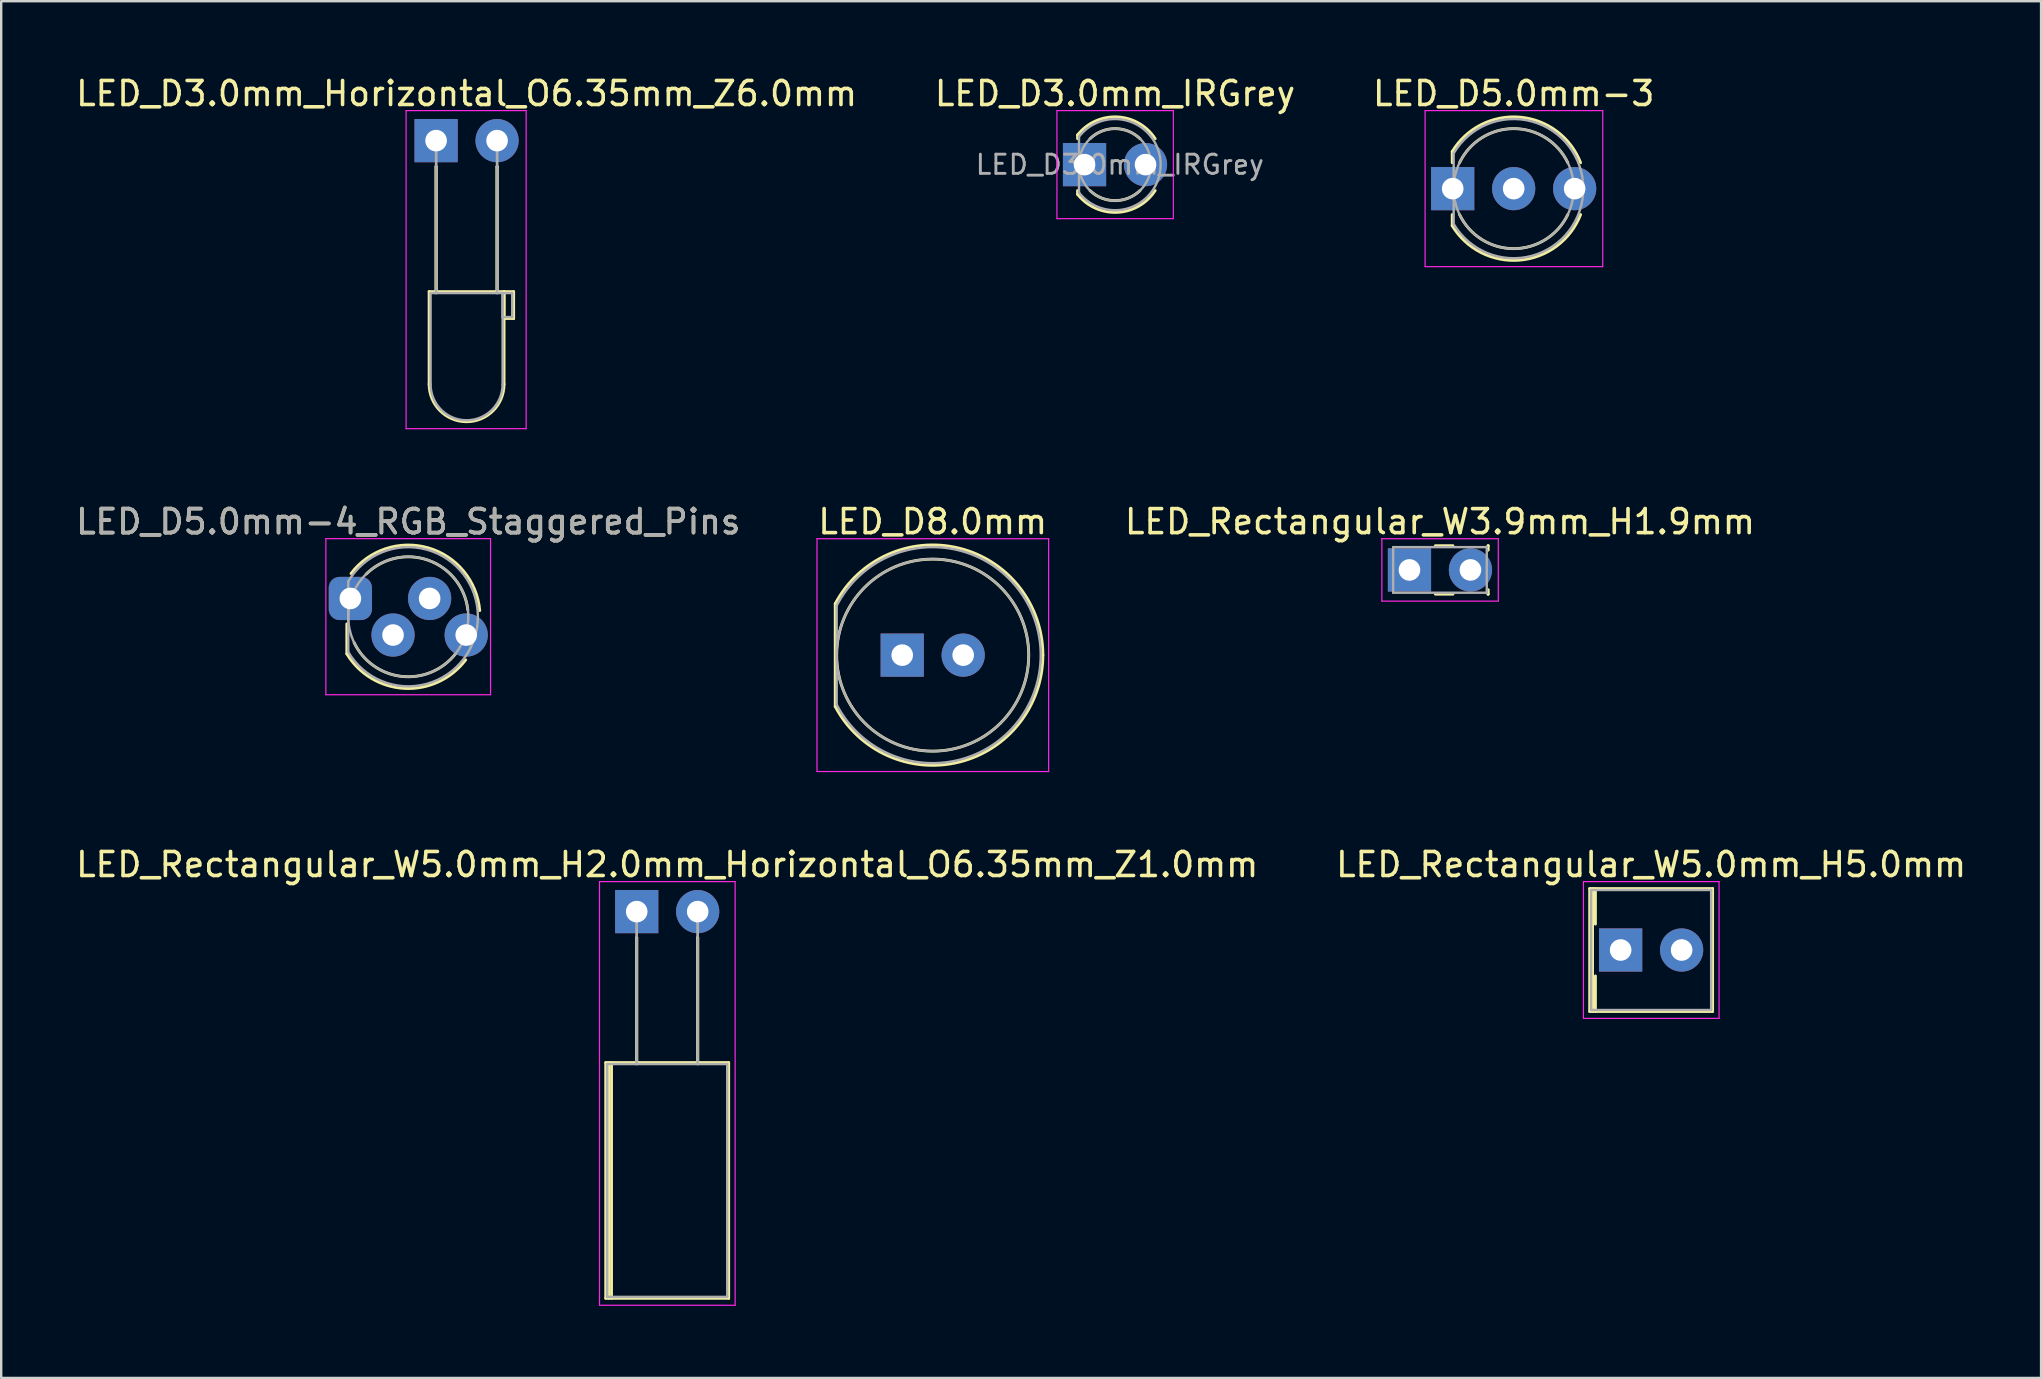
<source format=kicad_pcb>
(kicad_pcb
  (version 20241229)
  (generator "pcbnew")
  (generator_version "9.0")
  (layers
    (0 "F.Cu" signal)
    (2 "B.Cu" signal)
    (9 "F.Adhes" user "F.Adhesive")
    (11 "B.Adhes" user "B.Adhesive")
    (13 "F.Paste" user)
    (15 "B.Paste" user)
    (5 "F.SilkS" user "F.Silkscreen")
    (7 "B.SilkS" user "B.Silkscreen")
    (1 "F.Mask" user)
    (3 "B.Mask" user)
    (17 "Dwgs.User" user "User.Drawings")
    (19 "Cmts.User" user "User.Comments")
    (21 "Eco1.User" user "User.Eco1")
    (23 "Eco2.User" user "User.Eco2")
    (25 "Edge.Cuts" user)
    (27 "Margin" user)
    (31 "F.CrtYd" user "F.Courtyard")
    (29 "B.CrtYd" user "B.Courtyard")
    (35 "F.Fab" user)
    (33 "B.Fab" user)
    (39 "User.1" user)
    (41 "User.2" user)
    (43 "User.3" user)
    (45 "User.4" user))
  (footprint "LED_D3.0mm_IRGrey"
    (layer "F.Cu")
    (at 42.129 3.808)
    (property "Reference" "LED_D3.0mm_IRGrey" (at 1.27 -2.96 0) (layer "F.SilkS") (effects (font (size 1 1) (thickness 0.15))))
    (attr through_hole)
    (fp_line (start -0.29 -1.236) (end -0.29 -1.08) (stroke (width 0.12) (type solid)) (layer "F.SilkS"))
    (fp_line (start -0.29 1.08) (end -0.29 1.236) (stroke (width 0.12) (type solid)) (layer "F.SilkS"))
    (fp_arc (start -0.29 -1.235516) (mid 1.366487 -1.987659) (end 2.942335 -1.078608) (stroke (width 0.12) (type solid)) (layer "F.SilkS"))
    (fp_arc (start 0.229039 -1.08) (mid 1.270117 -1.5) (end 2.31113 -1.079837) (stroke (width 0.12) (type solid)) (layer "F.SilkS"))
    (fp_arc (start 2.31113 1.079837) (mid 1.270117 1.5) (end 0.229039 1.08) (stroke (width 0.12) (type solid)) (layer "F.SilkS"))
    (fp_arc (start 2.942335 1.078608) (mid 1.366487 1.987659) (end -0.29 1.235516) (stroke (width 0.12) (type solid)) (layer "F.SilkS"))
    (fp_line (start -1.15 -2.25) (end -1.15 2.25) (stroke (width 0.05) (type solid)) (layer "F.CrtYd"))
    (fp_line (start -1.15 2.25) (end 3.7 2.25) (stroke (width 0.05) (type solid)) (layer "F.CrtYd"))
    (fp_line (start 3.7 -2.25) (end -1.15 -2.25) (stroke (width 0.05) (type solid)) (layer "F.CrtYd"))
    (fp_line (start 3.7 2.25) (end 3.7 -2.25) (stroke (width 0.05) (type solid)) (layer "F.CrtYd"))
    (fp_line (start -0.23 -1.166) (end -0.23 1.166) (stroke (width 0.1) (type solid)) (layer "F.Fab"))
    (fp_arc (start -0.23 -1.16619) (mid 3.17 0.000452) (end -0.230555 1.165476) (stroke (width 0.1) (type solid)) (layer "F.Fab"))
    (fp_circle (center 1.27 0) (end 2.77 0) (stroke (width 0.1) (type solid)) (fill no) (layer "F.Fab"))
    (fp_text user "${REFERENCE}" (at 1.47 0 0) (layer "F.Fab") (effects (font (size 0.8 0.8) (thickness 0.12))))
    (pad "1" thru_hole rect (at 0 0) (size 1.8 1.8) (drill 0.9) (layers "*.Cu" "*.Mask"))
    (pad "2" thru_hole circle (at 2.54 0) (size 1.8 1.8) (drill 0.9) (layers "*.Cu" "*.Mask")))
  (footprint "LED_D3.0mm_Horizontal_O6.35mm_Z6.0mm"
    (layer "F.Cu")
    (at 15.117 2.808)
    (property "Reference" "LED_D3.0mm_Horizontal_O6.35mm_Z6.0mm" (at 1.27 -1.96 0) (layer "F.SilkS") (effects (font (size 1 1) (thickness 0.15))))
    (attr through_hole)
    (fp_line (start -0.29 6.29) (end -0.29 10.15) (stroke (width 0.12) (type solid)) (layer "F.SilkS"))
    (fp_line (start -0.29 6.29) (end 2.83 6.29) (stroke (width 0.12) (type solid)) (layer "F.SilkS"))
    (fp_line (start 0 1.08) (end 0 1.08) (stroke (width 0.12) (type solid)) (layer "F.SilkS"))
    (fp_line (start 0 1.08) (end 0 6.29) (stroke (width 0.12) (type solid)) (layer "F.SilkS"))
    (fp_line (start 0 6.29) (end 0 1.08) (stroke (width 0.12) (type solid)) (layer "F.SilkS"))
    (fp_line (start 0 6.29) (end 0 6.29) (stroke (width 0.12) (type solid)) (layer "F.SilkS"))
    (fp_line (start 2.54 1.08) (end 2.54 1.08) (stroke (width 0.12) (type solid)) (layer "F.SilkS"))
    (fp_line (start 2.54 1.08) (end 2.54 6.29) (stroke (width 0.12) (type solid)) (layer "F.SilkS"))
    (fp_line (start 2.54 6.29) (end 2.54 1.08) (stroke (width 0.12) (type solid)) (layer "F.SilkS"))
    (fp_line (start 2.54 6.29) (end 2.54 6.29) (stroke (width 0.12) (type solid)) (layer "F.SilkS"))
    (fp_line (start 2.83 6.29) (end 2.83 10.15) (stroke (width 0.12) (type solid)) (layer "F.SilkS"))
    (fp_line (start 2.83 6.29) (end 3.23 6.29) (stroke (width 0.12) (type solid)) (layer "F.SilkS"))
    (fp_line (start 2.83 7.41) (end 2.83 6.29) (stroke (width 0.12) (type solid)) (layer "F.SilkS"))
    (fp_line (start 3.23 6.29) (end 3.23 7.41) (stroke (width 0.12) (type solid)) (layer "F.SilkS"))
    (fp_line (start 3.23 7.41) (end 2.83 7.41) (stroke (width 0.12) (type solid)) (layer "F.SilkS"))
    (fp_arc (start 2.83 10.15) (mid 1.27 11.71) (end -0.29 10.15) (stroke (width 0.12) (type solid)) (layer "F.SilkS"))
    (fp_line (start -1.25 -1.25) (end -1.25 12) (stroke (width 0.05) (type solid)) (layer "F.CrtYd"))
    (fp_line (start -1.25 12) (end 3.75 12) (stroke (width 0.05) (type solid)) (layer "F.CrtYd"))
    (fp_line (start 3.75 -1.25) (end -1.25 -1.25) (stroke (width 0.05) (type solid)) (layer "F.CrtYd"))
    (fp_line (start 3.75 12) (end 3.75 -1.25) (stroke (width 0.05) (type solid)) (layer "F.CrtYd"))
    (fp_line (start -0.23 6.35) (end -0.23 10.15) (stroke (width 0.1) (type solid)) (layer "F.Fab"))
    (fp_line (start -0.23 6.35) (end 2.77 6.35) (stroke (width 0.1) (type solid)) (layer "F.Fab"))
    (fp_line (start 0 0) (end 0 0) (stroke (width 0.1) (type solid)) (layer "F.Fab"))
    (fp_line (start 0 0) (end 0 6.35) (stroke (width 0.1) (type solid)) (layer "F.Fab"))
    (fp_line (start 0 6.35) (end 0 0) (stroke (width 0.1) (type solid)) (layer "F.Fab"))
    (fp_line (start 0 6.35) (end 0 6.35) (stroke (width 0.1) (type solid)) (layer "F.Fab"))
    (fp_line (start 2.54 0) (end 2.54 0) (stroke (width 0.1) (type solid)) (layer "F.Fab"))
    (fp_line (start 2.54 0) (end 2.54 6.35) (stroke (width 0.1) (type solid)) (layer "F.Fab"))
    (fp_line (start 2.54 6.35) (end 2.54 0) (stroke (width 0.1) (type solid)) (layer "F.Fab"))
    (fp_line (start 2.54 6.35) (end 2.54 6.35) (stroke (width 0.1) (type solid)) (layer "F.Fab"))
    (fp_line (start 2.77 6.35) (end 2.77 10.15) (stroke (width 0.1) (type solid)) (layer "F.Fab"))
    (fp_line (start 2.77 6.35) (end 3.17 6.35) (stroke (width 0.1) (type solid)) (layer "F.Fab"))
    (fp_line (start 2.77 7.35) (end 2.77 6.35) (stroke (width 0.1) (type solid)) (layer "F.Fab"))
    (fp_line (start 3.17 6.35) (end 3.17 7.35) (stroke (width 0.1) (type solid)) (layer "F.Fab"))
    (fp_line (start 3.17 7.35) (end 2.77 7.35) (stroke (width 0.1) (type solid)) (layer "F.Fab"))
    (fp_arc (start 2.77 10.15) (mid 1.27 11.65) (end -0.23 10.15) (stroke (width 0.1) (type solid)) (layer "F.Fab"))
    (pad "1" thru_hole rect (at 0 0) (size 1.8 1.8) (drill 0.9) (layers "*.Cu" "*.Mask"))
    (pad "2" thru_hole circle (at 2.54 0) (size 1.8 1.8) (drill 0.9) (layers "*.Cu" "*.Mask")))
  (footprint "LED_Rectangular_W3.9mm_H1.9mm"
    (layer "F.Cu")
    (at 55.665 20.692)
    (property "Reference" "LED_Rectangular_W3.9mm_H1.9mm" (at 1.27 -2.01 0) (layer "F.SilkS") (effects (font (size 1 1) (thickness 0.15))))
    (attr through_hole)
    (fp_line (start 1.08 -1.01) (end 1.811 -1.01) (stroke (width 0.12) (type solid)) (layer "F.SilkS"))
    (fp_line (start 1.08 1.01) (end 1.811 1.01) (stroke (width 0.12) (type solid)) (layer "F.SilkS"))
    (fp_line (start 3.27 -1.01) (end 3.28 -1.01) (stroke (width 0.12) (type solid)) (layer "F.SilkS"))
    (fp_line (start 3.27 1.01) (end 3.28 1.01) (stroke (width 0.12) (type solid)) (layer "F.SilkS"))
    (fp_line (start 3.28 -1.01) (end 3.28 -0.825) (stroke (width 0.12) (type solid)) (layer "F.SilkS"))
    (fp_line (start 3.28 0.825) (end 3.28 1.01) (stroke (width 0.12) (type solid)) (layer "F.SilkS"))
    (fp_line (start -1.15 -1.3) (end -1.15 1.3) (stroke (width 0.05) (type solid)) (layer "F.CrtYd"))
    (fp_line (start -1.15 1.3) (end 3.7 1.3) (stroke (width 0.05) (type solid)) (layer "F.CrtYd"))
    (fp_line (start 3.7 -1.3) (end -1.15 -1.3) (stroke (width 0.05) (type solid)) (layer "F.CrtYd"))
    (fp_line (start 3.7 1.3) (end 3.7 -1.3) (stroke (width 0.05) (type solid)) (layer "F.CrtYd"))
    (fp_line (start -0.68 -0.95) (end -0.68 0.95) (stroke (width 0.1) (type solid)) (layer "F.Fab"))
    (fp_line (start -0.68 0.95) (end 3.22 0.95) (stroke (width 0.1) (type solid)) (layer "F.Fab"))
    (fp_line (start 3.22 -0.95) (end -0.68 -0.95) (stroke (width 0.1) (type solid)) (layer "F.Fab"))
    (fp_line (start 3.22 0.95) (end 3.22 -0.95) (stroke (width 0.1) (type solid)) (layer "F.Fab"))
    (pad "1" thru_hole rect (at 0 0) (size 1.8 1.8) (drill 0.9) (layers "*.Cu" "*.Mask"))
    (pad "2" thru_hole circle (at 2.54 0) (size 1.8 1.8) (drill 0.9) (layers "*.Cu" "*.Mask")))
  (footprint "LED_D5.0mm-3"
    (layer "F.Cu")
    (at 57.466 4.808)
    (property "Reference" "LED_D5.0mm-3" (at 2.54 -3.96 0) (layer "F.SilkS") (effects (font (size 1 1) (thickness 0.15))))
    (attr through_hole)
    (fp_line (start -0.02 -1.545) (end -0.02 -1.08) (stroke (width 0.12) (type solid)) (layer "F.SilkS"))
    (fp_line (start -0.02 1.08) (end -0.02 1.545) (stroke (width 0.12) (type solid)) (layer "F.SilkS"))
    (fp_arc (start -0.02 -1.54483) (mid 2.798456 -2.978809) (end 5.327815 -1.080827) (stroke (width 0.12) (type solid)) (layer "F.SilkS"))
    (fp_arc (start 0.285316 -1.08) (mid 2.539762 -2.5) (end 4.794479 -1.080429) (stroke (width 0.12) (type solid)) (layer "F.SilkS"))
    (fp_arc (start 4.794479 1.080429) (mid 2.539762 2.5) (end 0.285316 1.08) (stroke (width 0.12) (type solid)) (layer "F.SilkS"))
    (fp_arc (start 5.327815 1.080827) (mid 2.798456 2.978808) (end -0.02 1.54483) (stroke (width 0.12) (type solid)) (layer "F.SilkS"))
    (fp_line (start -1.15 -3.25) (end -1.15 3.25) (stroke (width 0.05) (type solid)) (layer "F.CrtYd"))
    (fp_line (start -1.15 3.25) (end 6.25 3.25) (stroke (width 0.05) (type solid)) (layer "F.CrtYd"))
    (fp_line (start 6.25 -3.25) (end -1.15 -3.25) (stroke (width 0.05) (type solid)) (layer "F.CrtYd"))
    (fp_line (start 6.25 3.25) (end 6.25 -3.25) (stroke (width 0.05) (type solid)) (layer "F.CrtYd"))
    (fp_line (start 0.04 -1.47) (end 0.04 1.47) (stroke (width 0.1) (type solid)) (layer "F.Fab"))
    (fp_arc (start 0.04 -1.469694) (mid 5.44 0.000016) (end 0.039984 1.469666) (stroke (width 0.1) (type solid)) (layer "F.Fab"))
    (fp_circle (center 2.54 0) (end 5.04 0) (stroke (width 0.1) (type solid)) (fill no) (layer "F.Fab"))
    (pad "1" thru_hole rect (at 0 0) (size 1.8 1.8) (drill 0.9) (layers "*.Cu" "*.Mask"))
    (pad "2" thru_hole circle (at 2.54 0) (size 1.8 1.8) (drill 0.9) (layers "*.Cu" "*.Mask"))
    (pad "3" thru_hole circle (at 5.08 0) (size 1.8 1.8) (drill 0.9) (layers "*.Cu" "*.Mask")))
  (footprint "LED_D5.0mm-4_RGB_Staggered_Pins"
    (layer "F.Cu")
    (at 11.545 21.88)
    (property "Reference" "LED_D5.0mm-4_RGB_Staggered_Pins" (at 2.413 -3.198 0) (layer "F.SilkS") (effects (font (size 1 1) (thickness 0.15))))
    (attr through_hole)
    (fp_line (start -0.147 1.061) (end -0.147 2.307) (stroke (width 0.12) (type solid)) (layer "F.SilkS"))
    (fp_arc (start 0.028 -1.038) (mid 3.238737 -2.109652) (end 5.389836 0.503784) (stroke (width 0.12) (type solid)) (layer "F.SilkS"))
    (fp_arc (start 0.660401 -1.015999) (mid 3.242766 -1.592649) (end 4.89309 0.475579) (stroke (width 0.12) (type solid)) (layer "F.SilkS"))
    (fp_arc (start 4.372086 2.315056) (mid 2.134091 3.246393) (end 0.158316 1.842) (stroke (width 0.12) (type solid)) (layer "F.SilkS"))
    (fp_arc (start 4.804334 2.556887) (mid 2.262188 3.748194) (end -0.147 2.30683) (stroke (width 0.12) (type solid)) (layer "F.SilkS"))
    (fp_line (start -1.02 -2.49) (end 5.84 -2.49) (stroke (width 0.05) (type solid)) (layer "F.CrtYd"))
    (fp_line (start -1.02 4.01) (end -1.02 -2.49) (stroke (width 0.05) (type solid)) (layer "F.CrtYd"))
    (fp_line (start 5.84 -2.49) (end 5.84 4.01) (stroke (width 0.05) (type solid)) (layer "F.CrtYd"))
    (fp_line (start 5.84 4.01) (end -1.02 4.01) (stroke (width 0.05) (type solid)) (layer "F.CrtYd"))
    (fp_line (start -0.087 -0.708) (end -0.087 2.232) (stroke (width 0.1) (type solid)) (layer "F.Fab"))
    (fp_arc (start -0.087 -0.707694) (mid 5.313 0.762016) (end -0.087016 2.231666) (stroke (width 0.1) (type solid)) (layer "F.Fab"))
    (fp_circle (center 2.413 0.762) (end 4.913 0.762) (stroke (width 0.1) (type solid)) (fill no) (layer "F.Fab"))
    (fp_text user "${REFERENCE}" (at 2.413 -3.198 0) (layer "F.Fab") (effects (font (size 1 1) (thickness 0.15))))
    (pad "1" thru_hole roundrect (at 0 0) (size 1.8 1.8) (drill 0.9) (layers "*.Cu" "*.Mask") (roundrect_rratio 0.25))
    (pad "2" thru_hole circle (at 1.778 1.524) (size 1.8 1.8) (drill 0.9) (layers "*.Cu" "*.Mask"))
    (pad "3" thru_hole circle (at 3.302 0) (size 1.8 1.8) (drill 0.9) (layers "*.Cu" "*.Mask"))
    (pad "4" thru_hole circle (at 4.826 1.524) (size 1.8 1.8) (drill 0.9) (layers "*.Cu" "*.Mask")))
  (footprint "LED_Rectangular_W5.0mm_H2.0mm_Horizontal_O6.35mm_Z1.0mm"
    (layer "F.Cu")
    (at 23.474 34.925)
    (property "Reference" "LED_Rectangular_W5.0mm_H2.0mm_Horizontal_O6.35mm_Z1.0mm" (at 1.27 -1.96 0) (layer "F.SilkS") (effects (font (size 1 1) (thickness 0.15))))
    (attr through_hole)
    (fp_line (start -1.29 6.29) (end -1.29 16.11) (stroke (width 0.12) (type solid)) (layer "F.SilkS"))
    (fp_line (start -1.29 16.11) (end 3.83 16.11) (stroke (width 0.12) (type solid)) (layer "F.SilkS"))
    (fp_line (start -1.17 6.29) (end -1.17 16.11) (stroke (width 0.12) (type solid)) (layer "F.SilkS"))
    (fp_line (start -1.05 6.29) (end -1.05 16.11) (stroke (width 0.12) (type solid)) (layer "F.SilkS"))
    (fp_line (start 0 1.08) (end 0 1.08) (stroke (width 0.12) (type solid)) (layer "F.SilkS"))
    (fp_line (start 0 1.08) (end 0 6.29) (stroke (width 0.12) (type solid)) (layer "F.SilkS"))
    (fp_line (start 0 6.29) (end 0 1.08) (stroke (width 0.12) (type solid)) (layer "F.SilkS"))
    (fp_line (start 0 6.29) (end 0 6.29) (stroke (width 0.12) (type solid)) (layer "F.SilkS"))
    (fp_line (start 2.54 1.08) (end 2.54 1.08) (stroke (width 0.12) (type solid)) (layer "F.SilkS"))
    (fp_line (start 2.54 1.08) (end 2.54 6.29) (stroke (width 0.12) (type solid)) (layer "F.SilkS"))
    (fp_line (start 2.54 6.29) (end 2.54 1.08) (stroke (width 0.12) (type solid)) (layer "F.SilkS"))
    (fp_line (start 2.54 6.29) (end 2.54 6.29) (stroke (width 0.12) (type solid)) (layer "F.SilkS"))
    (fp_line (start 3.83 6.29) (end -1.29 6.29) (stroke (width 0.12) (type solid)) (layer "F.SilkS"))
    (fp_line (start 3.83 16.11) (end 3.83 6.29) (stroke (width 0.12) (type solid)) (layer "F.SilkS"))
    (fp_line (start -1.55 -1.25) (end -1.55 16.4) (stroke (width 0.05) (type solid)) (layer "F.CrtYd"))
    (fp_line (start -1.55 16.4) (end 4.1 16.4) (stroke (width 0.05) (type solid)) (layer "F.CrtYd"))
    (fp_line (start 4.1 -1.25) (end -1.55 -1.25) (stroke (width 0.05) (type solid)) (layer "F.CrtYd"))
    (fp_line (start 4.1 16.4) (end 4.1 -1.25) (stroke (width 0.05) (type solid)) (layer "F.CrtYd"))
    (fp_line (start -1.23 6.35) (end -1.23 16.05) (stroke (width 0.1) (type solid)) (layer "F.Fab"))
    (fp_line (start -1.23 16.05) (end 3.77 16.05) (stroke (width 0.1) (type solid)) (layer "F.Fab"))
    (fp_line (start 0 0) (end 0 0) (stroke (width 0.1) (type solid)) (layer "F.Fab"))
    (fp_line (start 0 0) (end 0 6.35) (stroke (width 0.1) (type solid)) (layer "F.Fab"))
    (fp_line (start 0 6.35) (end 0 0) (stroke (width 0.1) (type solid)) (layer "F.Fab"))
    (fp_line (start 0 6.35) (end 0 6.35) (stroke (width 0.1) (type solid)) (layer "F.Fab"))
    (fp_line (start 2.54 0) (end 2.54 0) (stroke (width 0.1) (type solid)) (layer "F.Fab"))
    (fp_line (start 2.54 0) (end 2.54 6.35) (stroke (width 0.1) (type solid)) (layer "F.Fab"))
    (fp_line (start 2.54 6.35) (end 2.54 0) (stroke (width 0.1) (type solid)) (layer "F.Fab"))
    (fp_line (start 2.54 6.35) (end 2.54 6.35) (stroke (width 0.1) (type solid)) (layer "F.Fab"))
    (fp_line (start 3.77 6.35) (end -1.23 6.35) (stroke (width 0.1) (type solid)) (layer "F.Fab"))
    (fp_line (start 3.77 16.05) (end 3.77 6.35) (stroke (width 0.1) (type solid)) (layer "F.Fab"))
    (pad "1" thru_hole rect (at 0 0) (size 1.8 1.8) (drill 0.9) (layers "*.Cu" "*.Mask"))
    (pad "2" thru_hole circle (at 2.54 0) (size 1.8 1.8) (drill 0.9) (layers "*.Cu" "*.Mask")))
  (footprint "LED_D8.0mm"
    (layer "F.Cu")
    (at 34.534 24.241)
    (property "Reference" "LED_D8.0mm" (at 1.27 -5.56 0) (layer "F.SilkS") (effects (font (size 1 1) (thickness 0.15))))
    (attr through_hole)
    (fp_line (start -2.79 -2.142) (end -2.79 2.142) (stroke (width 0.12) (type solid)) (layer "F.SilkS"))
    (fp_arc (start -2.79 -2.141145) (mid 2.373119 -4.455472) (end 5.86 0.000486) (stroke (width 0.12) (type solid)) (layer "F.SilkS"))
    (fp_arc (start 5.86 -0.000486) (mid 2.373119 4.455472) (end -2.79 2.141145) (stroke (width 0.12) (type solid)) (layer "F.SilkS"))
    (fp_circle (center 1.27 0) (end 5.27 0) (stroke (width 0.12) (type solid)) (fill no) (layer "F.SilkS"))
    (fp_line (start -3.55 -4.85) (end -3.55 4.85) (stroke (width 0.05) (type solid)) (layer "F.CrtYd"))
    (fp_line (start -3.55 4.85) (end 6.1 4.85) (stroke (width 0.05) (type solid)) (layer "F.CrtYd"))
    (fp_line (start 6.1 -4.85) (end -3.55 -4.85) (stroke (width 0.05) (type solid)) (layer "F.CrtYd"))
    (fp_line (start 6.1 4.85) (end 6.1 -4.85) (stroke (width 0.05) (type solid)) (layer "F.CrtYd"))
    (fp_line (start -2.73 -2.062) (end -2.73 2.062) (stroke (width 0.1) (type solid)) (layer "F.Fab"))
    (fp_arc (start -2.73 -2.061553) (mid 5.77 0.00126) (end -2.731154 2.059312) (stroke (width 0.1) (type solid)) (layer "F.Fab"))
    (fp_circle (center 1.27 0) (end 5.27 0) (stroke (width 0.1) (type solid)) (fill no) (layer "F.Fab"))
    (pad "1" thru_hole rect (at 0 0) (size 1.8 1.8) (drill 0.9) (layers "*.Cu" "*.Mask"))
    (pad "2" thru_hole circle (at 2.54 0) (size 1.8 1.8) (drill 0.9) (layers "*.Cu" "*.Mask")))
  (footprint "LED_Rectangular_W5.0mm_H5.0mm"
    (layer "F.Cu")
    (at 64.462 36.525)
    (property "Reference" "LED_Rectangular_W5.0mm_H5.0mm" (at 1.27 -3.56 0) (layer "F.SilkS") (effects (font (size 1 1) (thickness 0.15))))
    (attr through_hole)
    (fp_line (start -1.29 -2.56) (end -1.29 2.56) (stroke (width 0.12) (type solid)) (layer "F.SilkS"))
    (fp_line (start -1.29 -2.56) (end 3.83 -2.56) (stroke (width 0.12) (type solid)) (layer "F.SilkS"))
    (fp_line (start -1.29 2.56) (end 3.83 2.56) (stroke (width 0.12) (type solid)) (layer "F.SilkS"))
    (fp_line (start -1.17 -2.56) (end -1.17 2.56) (stroke (width 0.12) (type solid)) (layer "F.SilkS"))
    (fp_line (start -1.051 -2.56) (end -1.051 -1.08) (stroke (width 0.12) (type solid)) (layer "F.SilkS"))
    (fp_line (start -1.051 1.08) (end -1.051 2.56) (stroke (width 0.12) (type solid)) (layer "F.SilkS"))
    (fp_line (start 3.83 -2.56) (end 3.83 2.56) (stroke (width 0.12) (type solid)) (layer "F.SilkS"))
    (fp_line (start -1.55 -2.85) (end -1.55 2.85) (stroke (width 0.05) (type solid)) (layer "F.CrtYd"))
    (fp_line (start -1.55 2.85) (end 4.1 2.85) (stroke (width 0.05) (type solid)) (layer "F.CrtYd"))
    (fp_line (start 4.1 -2.85) (end -1.55 -2.85) (stroke (width 0.05) (type solid)) (layer "F.CrtYd"))
    (fp_line (start 4.1 2.85) (end 4.1 -2.85) (stroke (width 0.05) (type solid)) (layer "F.CrtYd"))
    (fp_line (start -1.23 -2.5) (end -1.23 2.5) (stroke (width 0.1) (type solid)) (layer "F.Fab"))
    (fp_line (start -1.23 2.5) (end 3.77 2.5) (stroke (width 0.1) (type solid)) (layer "F.Fab"))
    (fp_line (start 3.77 -2.5) (end -1.23 -2.5) (stroke (width 0.1) (type solid)) (layer "F.Fab"))
    (fp_line (start 3.77 2.5) (end 3.77 -2.5) (stroke (width 0.1) (type solid)) (layer "F.Fab"))
    (pad "1" thru_hole rect (at 0 0) (size 1.8 1.8) (drill 0.9) (layers "*.Cu" "*.Mask"))
    (pad "2" thru_hole circle (at 2.54 0) (size 1.8 1.8) (drill 0.9) (layers "*.Cu" "*.Mask")))
  (gr_rect
    (start -3 -3)
    (end 81.976 54.35)
    (stroke (width 0.1) (type default))
    (fill no)
    (layer "Edge.Cuts")))
</source>
